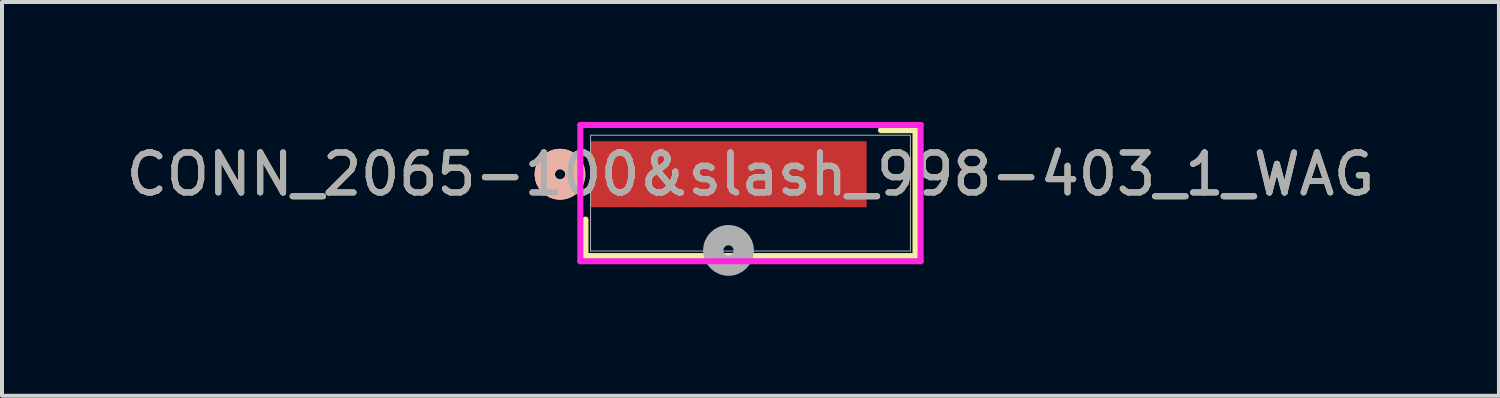
<source format=kicad_pcb>
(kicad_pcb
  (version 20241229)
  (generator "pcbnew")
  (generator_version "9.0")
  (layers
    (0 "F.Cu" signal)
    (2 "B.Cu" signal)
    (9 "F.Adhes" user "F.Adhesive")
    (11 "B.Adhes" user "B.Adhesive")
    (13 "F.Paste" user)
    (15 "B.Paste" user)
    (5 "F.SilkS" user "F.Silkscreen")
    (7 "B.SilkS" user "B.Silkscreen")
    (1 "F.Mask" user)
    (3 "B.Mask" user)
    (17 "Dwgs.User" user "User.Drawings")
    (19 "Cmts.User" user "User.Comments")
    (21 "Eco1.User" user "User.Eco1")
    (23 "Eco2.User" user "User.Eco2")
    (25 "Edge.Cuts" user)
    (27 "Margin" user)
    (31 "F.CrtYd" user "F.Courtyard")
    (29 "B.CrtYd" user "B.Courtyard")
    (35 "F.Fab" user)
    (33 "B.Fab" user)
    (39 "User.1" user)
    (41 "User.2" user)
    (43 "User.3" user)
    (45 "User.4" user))
  (footprint "CONN_2065-100&slash_998-403_1_WAG"
    (layer "F.Cu")
    (at 15.72 1.781)
    (property "Reference" "CONN_2065-100&slash_998-403_1_WAG" (at 0 -0.473 0) (unlocked yes) (layer "F.SilkS") (effects (font (size 1 1) (thickness 0.15))))
    (attr smd)
    (fp_poly (pts (xy -1.642 0.555) (xy 2.955 0.555) (xy 2.955 -1.451) (xy -1.642 -1.451)) (stroke (width 0) (type solid)) (fill yes) (layer "F.Mask"))
    (fp_line (start -4.128 0.662) (end -4.128 1.575) (stroke (width 0.152) (type solid)) (layer "F.SilkS"))
    (fp_line (start -4.128 1.575) (end 4.128 1.575) (stroke (width 0.152) (type solid)) (layer "F.SilkS"))
    (fp_line (start 4.128 -1.575) (end 3.264 -1.575) (stroke (width 0.152) (type solid)) (layer "F.SilkS"))
    (fp_line (start 4.128 1.575) (end 4.128 -1.575) (stroke (width 0.152) (type solid)) (layer "F.SilkS"))
    (fp_arc (start -4.51485 -0.183265) (mid -5.1435 -0.4728) (end -4.51485 -0.762335) (stroke (width 0.508) (type solid)) (layer "F.SilkS"))
    (fp_circle (center -4.763 -0.473) (end -4.381 -0.473) (stroke (width 0.508) (type solid)) (fill no) (layer "B.SilkS"))
    (fp_poly (pts (xy -1.642 0.555) (xy 2.955 0.555) (xy 2.955 -1.451) (xy -1.642 -1.451)) (stroke (width 0) (type solid)) (fill yes) (layer "F.Paste"))
    (fp_poly (pts (xy -1.642 0.555) (xy 2.955 0.555) (xy 2.955 -1.451) (xy -1.642 -1.451)) (stroke (width 0) (type solid)) (fill yes) (layer "F.Paste"))
    (fp_line (start -4.255 -1.705) (end -4.255 1.702) (stroke (width 0.152) (type solid)) (layer "F.CrtYd"))
    (fp_line (start -4.255 1.702) (end 4.255 1.702) (stroke (width 0.152) (type solid)) (layer "F.CrtYd"))
    (fp_line (start 4.255 -1.705) (end -4.255 -1.705) (stroke (width 0.152) (type solid)) (layer "F.CrtYd"))
    (fp_line (start 4.255 1.702) (end 4.255 -1.705) (stroke (width 0.152) (type solid)) (layer "F.CrtYd"))
    (fp_line (start -4 -1.448) (end -4 1.448) (stroke (width 0.025) (type solid)) (layer "F.Fab"))
    (fp_line (start -4 1.448) (end 4 1.448) (stroke (width 0.025) (type solid)) (layer "F.Fab"))
    (fp_line (start 4 -1.448) (end -4 -1.448) (stroke (width 0.025) (type solid)) (layer "F.Fab"))
    (fp_line (start 4 1.448) (end 4 -1.448) (stroke (width 0.025) (type solid)) (layer "F.Fab"))
    (fp_circle (center -0.55 1.432) (end -0.169 1.432) (stroke (width 0.508) (type solid)) (fill no) (layer "F.Fab"))
    (fp_text user "${REFERENCE}" (at 0 -0.473 0) (unlocked yes) (layer "F.Fab") (effects (font (size 1 1) (thickness 0.15))))
    (pad "1" smd rect (at -0.55 -0.473) (size 6.909 1.651) (layers "F.Cu" "F.Mask" "F.Paste")))
  (gr_rect
    (start -3 -3)
    (end 34.44 6.849)
    (stroke (width 0.1) (type default))
    (fill no)
    (layer "Edge.Cuts")))
</source>
